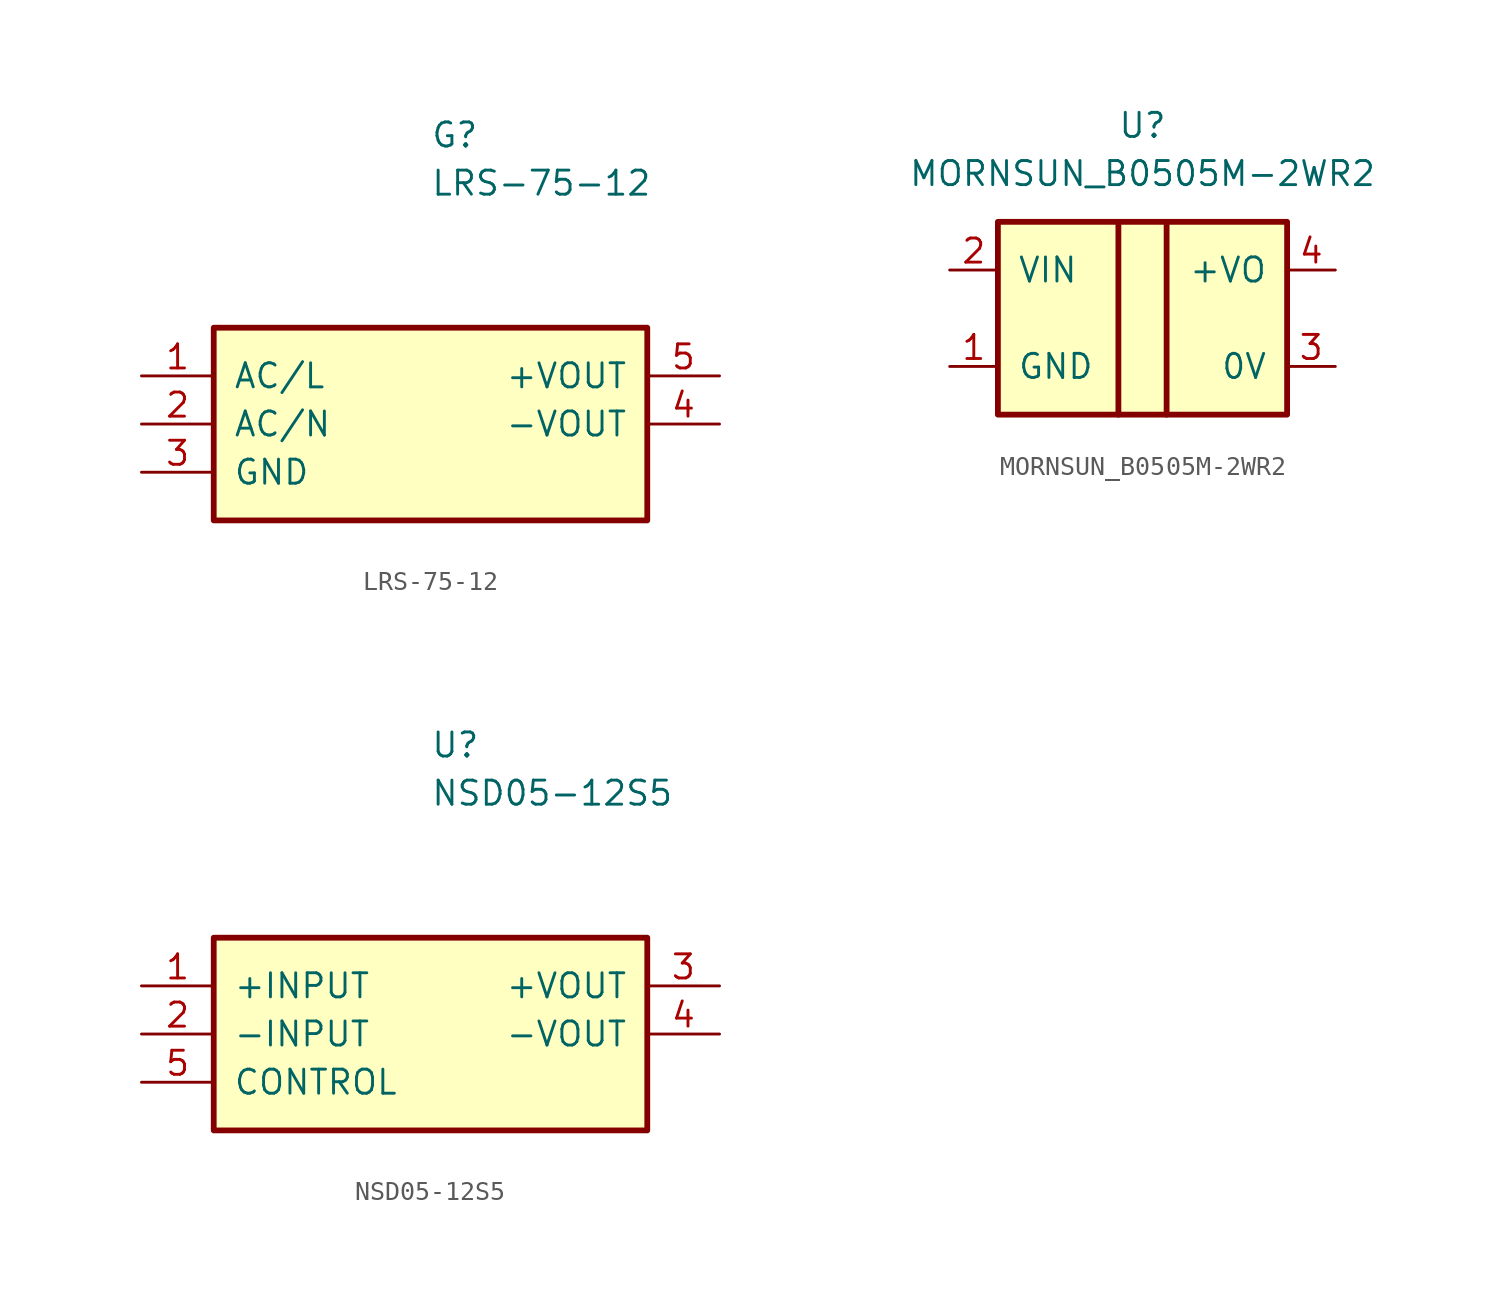
<source format=kicad_sym>
(kicad_symbol_lib
  (version 20211014)
  (generator kicad_symbol_editor)
  (symbol "LRS-75-12"
    (pin_names
      (offset 1.016))
    (property "Reference" "G"
      (at 0 15.24 0)
      (effects (font (size 1.27 1.27)) (justify left)))
    (property "Value" "LRS-75-12"
      (at 0 12.7 0)
      (effects (font (size 1.27 1.27)) (justify left)))
    (symbol "LRS-75-12_0_1"
      (rectangle (start -11.43 5.08) (end 11.43 -5.08) (stroke (width 0.305) (type default) (color 0 0 0 0)) (fill (type background)))
      (rectangle (start 11.43 -5.08) (end 11.43 -5.08) (stroke (width 0.178) (type default) (color 0 0 0 0)) (fill (type none))))
    (symbol "LRS-75-12_1_1"
      (pin power_in line (at -15.24 2.54 0) (length 3.81) (name "AC/L" (effects (font (size 1.27 1.27)))) (number "1" (effects (font (size 1.27 1.27)))))
      (pin power_in line (at -15.24 0 0) (length 3.81) (name "AC/N" (effects (font (size 1.27 1.27)))) (number "2" (effects (font (size 1.27 1.27)))))
      (pin power_in line (at -15.24 -2.54 0) (length 3.81) (name "GND" (effects (font (size 1.27 1.27)))) (number "3" (effects (font (size 1.27 1.27)))))
      (pin power_out line (at 15.24 0 180) (length 3.81) (name "-VOUT" (effects (font (size 1.27 1.27)))) (number "4" (effects (font (size 1.27 1.27)))))
      (pin power_out line (at 15.24 2.54 180) (length 3.81) (name "+VOUT" (effects (font (size 1.27 1.27)))) (number "5" (effects (font (size 1.27 1.27)))))))
  (symbol "MORNSUN_B0505M-2WR2"
    (pin_names
      (offset 1.016))
    (property "Reference" "U"
      (at 0 10.16 0)
      (effects (font (size 1.27 1.27))))
    (property "Value" "MORNSUN_B0505M-2WR2"
      (at 0 7.62 0)
      (effects (font (size 1.27 1.27))))
    (symbol "MORNSUN_B0505M-2WR2_0_1"
      (rectangle (start -7.62 5.08) (end 7.62 -5.08) (stroke (width 0.305) (type default) (color 0 0 0 0)) (fill (type background)))
      (polyline (pts (xy -1.27 5.08) (xy -1.27 -5.08)) (stroke (width 0.305) (type default) (color 0 0 0 0)) (fill (type none)))
      (polyline (pts (xy 1.27 5.08) (xy 1.27 -5.08)) (stroke (width 0.305) (type default) (color 0 0 0 0)) (fill (type none))))
    (symbol "MORNSUN_B0505M-2WR2_1_1"
      (pin power_in line (at -10.16 -2.54 0) (length 2.54) (name "GND" (effects (font (size 1.27 1.27)))) (number "1" (effects (font (size 1.27 1.27)))))
      (pin power_in line (at -10.16 2.54 0) (length 2.54) (name "VIN" (effects (font (size 1.27 1.27)))) (number "2" (effects (font (size 1.27 1.27)))))
      (pin power_out line (at 10.16 -2.54 180) (length 2.54) (name "0V" (effects (font (size 1.27 1.27)))) (number "3" (effects (font (size 1.27 1.27)))))
      (pin power_out line (at 10.16 2.54 180) (length 2.54) (name "+VO" (effects (font (size 1.27 1.27)))) (number "4" (effects (font (size 1.27 1.27)))))))
  (symbol "NSD05-12S5"
    (pin_names
      (offset 1.016))
    (property "Reference" "U"
      (at 0 15.24 0)
      (effects (font (size 1.27 1.27)) (justify left)))
    (property "Value" "NSD05-12S5"
      (at 0 12.7 0)
      (effects (font (size 1.27 1.27)) (justify left)))
    (symbol "NSD05-12S5_0_1"
      (rectangle (start -11.43 5.08) (end 11.43 -5.08) (stroke (width 0.305) (type default) (color 0 0 0 0)) (fill (type background)))
      (rectangle (start 11.43 -5.08) (end 11.43 -5.08) (stroke (width 0.178) (type default) (color 0 0 0 0)) (fill (type none))))
    (symbol "NSD05-12S5_1_1"
      (pin power_in line (at -15.24 2.54 0) (length 3.81) (name "+INPUT" (effects (font (size 1.27 1.27)))) (number "1" (effects (font (size 1.27 1.27)))))
      (pin power_in line (at -15.24 0 0) (length 3.81) (name "-INPUT" (effects (font (size 1.27 1.27)))) (number "2" (effects (font (size 1.27 1.27)))))
      (pin power_out line (at 15.24 2.54 180) (length 3.81) (name "+VOUT" (effects (font (size 1.27 1.27)))) (number "3" (effects (font (size 1.27 1.27)))))
      (pin power_out line (at 15.24 0 180) (length 3.81) (name "-VOUT" (effects (font (size 1.27 1.27)))) (number "4" (effects (font (size 1.27 1.27)))))
      (pin input line (at -15.24 -2.54 0) (length 3.81) (name "CONTROL" (effects (font (size 1.27 1.27)))) (number "5" (effects (font (size 1.27 1.27))))))))
</source>
